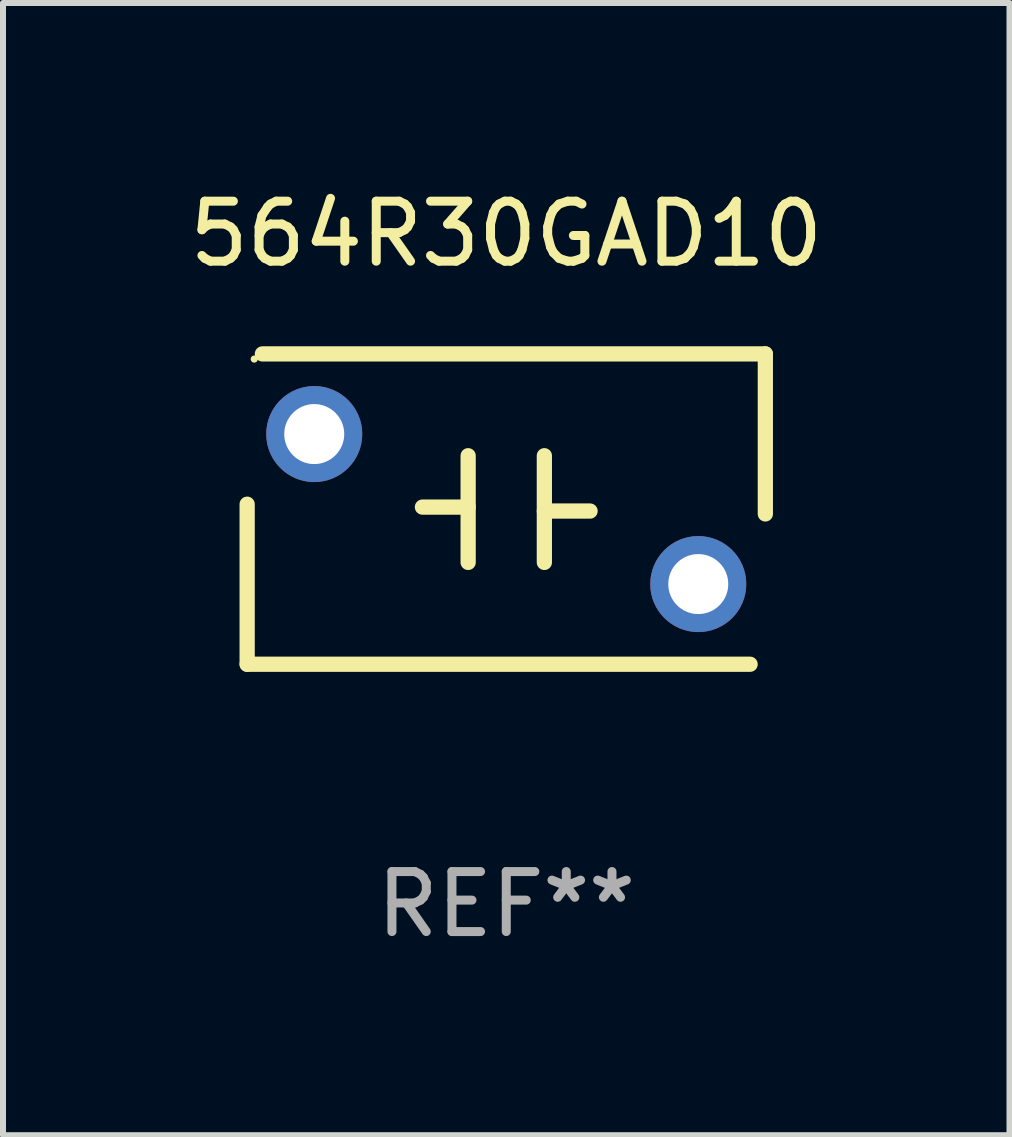
<source format=kicad_pcb>
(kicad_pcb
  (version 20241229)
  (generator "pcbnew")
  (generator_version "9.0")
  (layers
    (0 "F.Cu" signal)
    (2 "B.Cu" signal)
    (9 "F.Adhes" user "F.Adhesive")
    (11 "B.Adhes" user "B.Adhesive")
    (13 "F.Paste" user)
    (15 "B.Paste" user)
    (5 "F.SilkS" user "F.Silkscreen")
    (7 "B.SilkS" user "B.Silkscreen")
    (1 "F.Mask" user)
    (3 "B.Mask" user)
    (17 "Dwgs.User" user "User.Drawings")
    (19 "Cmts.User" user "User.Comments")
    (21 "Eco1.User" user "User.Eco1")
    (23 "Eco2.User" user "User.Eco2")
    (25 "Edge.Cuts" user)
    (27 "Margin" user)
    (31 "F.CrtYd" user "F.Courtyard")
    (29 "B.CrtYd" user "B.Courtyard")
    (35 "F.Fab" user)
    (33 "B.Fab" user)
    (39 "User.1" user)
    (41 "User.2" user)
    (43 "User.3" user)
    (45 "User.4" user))
  (footprint "564R30GAD10"
    (layer "F.Cu")
    (at 5.387 5.434)
    (property "Reference" "564R30GAD10" (at 0 -4.586 0) (layer "F.SilkS") (effects (font (size 1 1) (thickness 0.15))))
    (attr through_hole)
    (fp_line (start -4.318 -0.081) (end -4.318 2.586) (stroke (width 0.254) (type solid)) (layer "F.SilkS"))
    (fp_line (start -4.318 2.586) (end 4.064 2.586) (stroke (width 0.254) (type solid)) (layer "F.SilkS"))
    (fp_line (start -0.635 -0.889) (end -0.635 0.889) (stroke (width 0.254) (type solid)) (layer "F.SilkS"))
    (fp_line (start -0.635 -0.033) (end -1.397 -0.033) (stroke (width 0.254) (type solid)) (layer "F.SilkS"))
    (fp_line (start 0.635 0.033) (end 1.397 0.033) (stroke (width 0.254) (type solid)) (layer "F.SilkS"))
    (fp_line (start 0.635 0.889) (end 0.635 -0.889) (stroke (width 0.254) (type solid)) (layer "F.SilkS"))
    (fp_line (start 4.318 -2.586) (end -4.064 -2.586) (stroke (width 0.254) (type solid)) (layer "F.SilkS"))
    (fp_line (start 4.318 0.081) (end 4.318 -2.586) (stroke (width 0.254) (type solid)) (layer "F.SilkS"))
    (fp_circle (center -4.2 -2.5) (end -4.17 -2.5) (stroke (width 0.06) (type solid)) (fill no) (layer "F.SilkS"))
    (fp_text user "REF**" (at 0 6.586 0) (layer "F.Fab") (effects (font (size 1 1) (thickness 0.15))))
    (pad "1" thru_hole circle (at -3.2 -1.25) (size 1.6 1.6) (drill 1) (layers "*.Cu" "*.Mask"))
    (pad "2" thru_hole circle (at 3.2 1.25) (size 1.6 1.6) (drill 1) (layers "*.Cu" "*.Mask")))
  (gr_rect
    (start -3 -3)
    (end 13.774 15.869)
    (stroke (width 0.1) (type default))
    (fill no)
    (layer "Edge.Cuts")))
</source>
